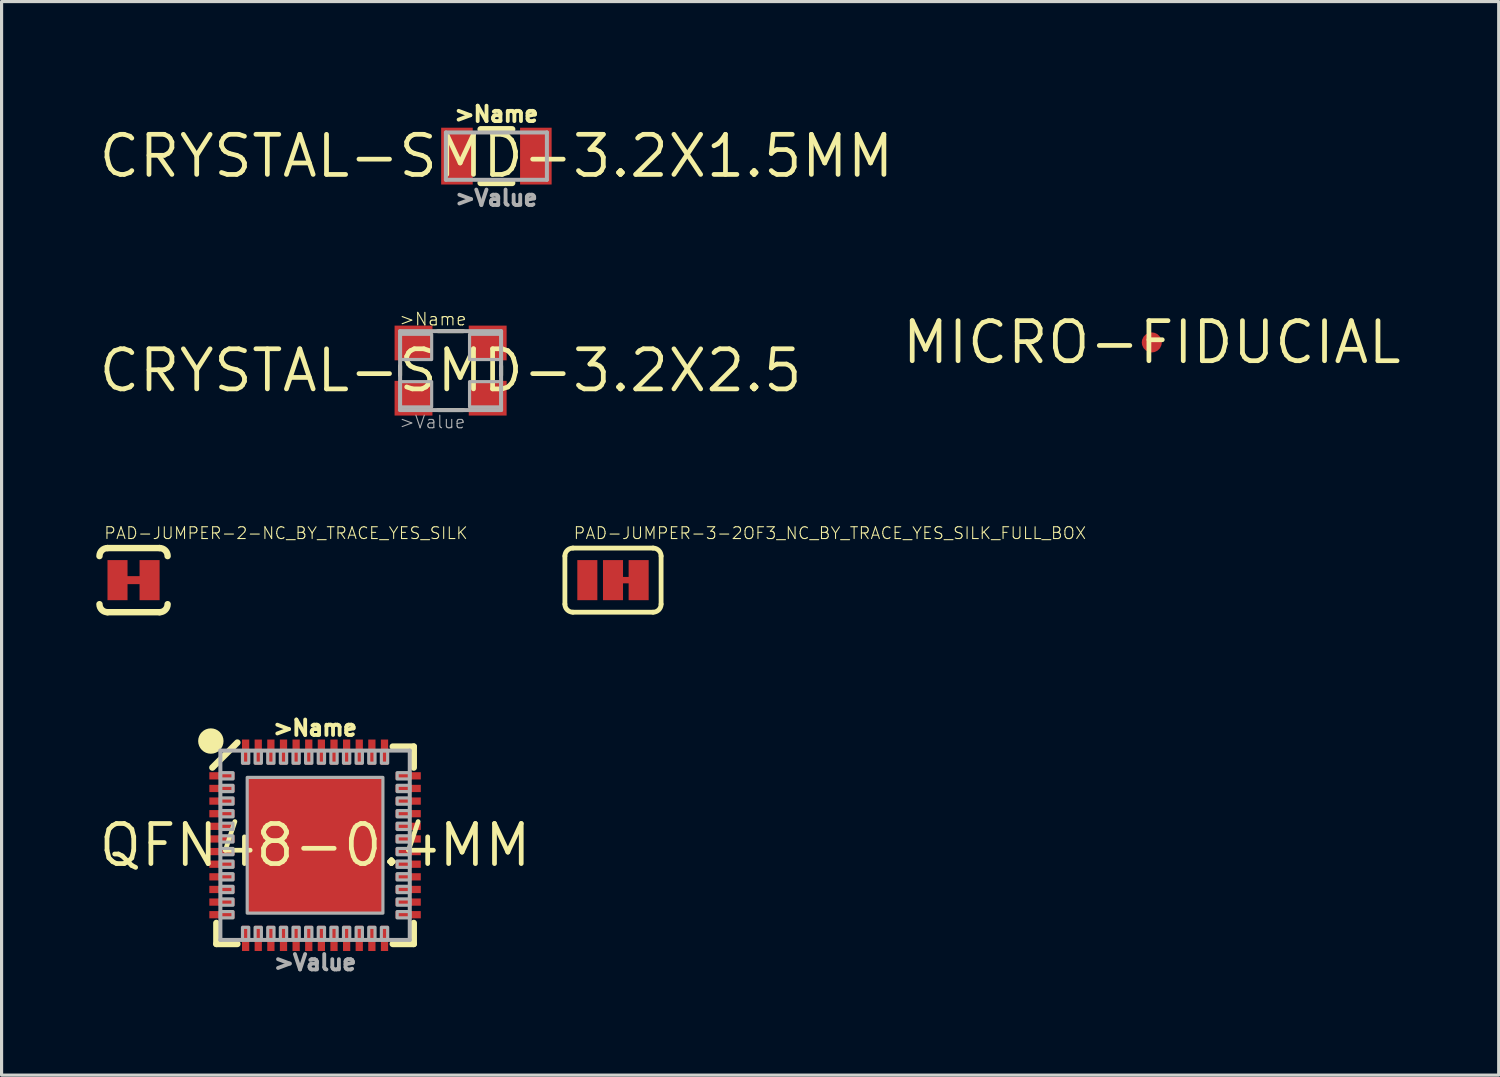
<source format=kicad_pcb>
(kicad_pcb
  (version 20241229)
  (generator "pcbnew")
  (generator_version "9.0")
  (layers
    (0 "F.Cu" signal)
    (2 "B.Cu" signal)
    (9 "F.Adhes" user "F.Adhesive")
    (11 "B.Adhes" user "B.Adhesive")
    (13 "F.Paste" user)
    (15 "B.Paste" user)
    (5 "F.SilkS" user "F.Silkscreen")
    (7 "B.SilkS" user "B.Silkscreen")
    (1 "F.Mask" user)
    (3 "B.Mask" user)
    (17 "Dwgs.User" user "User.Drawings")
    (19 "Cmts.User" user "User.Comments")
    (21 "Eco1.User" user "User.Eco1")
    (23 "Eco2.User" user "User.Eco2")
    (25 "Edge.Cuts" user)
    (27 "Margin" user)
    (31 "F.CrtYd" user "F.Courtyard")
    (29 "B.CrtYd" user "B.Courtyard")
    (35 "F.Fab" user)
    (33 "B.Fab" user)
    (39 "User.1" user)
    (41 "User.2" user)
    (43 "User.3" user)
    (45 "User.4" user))
  (footprint "CRYSTAL-SMD-3.2X1.5MM"
    (layer "F.Cu")
    (at 12.677 1.896)
    (property "Reference" "CRYSTAL-SMD-3.2X1.5MM" (at 0 0 0) (layer "F.SilkS") (effects (font (size 1.27 1.27) (thickness 0.15))))
    (fp_line (start -0.5 -0.85) (end 0.5 -0.85) (stroke (width 0.203) (type solid)) (layer "F.SilkS"))
    (fp_line (start 0.5 0.85) (end -0.5 0.85) (stroke (width 0.203) (type solid)) (layer "F.SilkS"))
    (fp_line (start -1.6 -0.75) (end 1.6 -0.75) (stroke (width 0.127) (type solid)) (layer "F.Fab"))
    (fp_line (start -1.6 0.75) (end -1.6 -0.75) (stroke (width 0.127) (type solid)) (layer "F.Fab"))
    (fp_line (start 1.6 -0.75) (end 1.6 0.75) (stroke (width 0.127) (type solid)) (layer "F.Fab"))
    (fp_line (start 1.6 0.75) (end -1.6 0.75) (stroke (width 0.127) (type solid)) (layer "F.Fab"))
    (fp_text user ">Name" (at 0 -1.043 0) (layer "F.SilkS") (effects (font (size 0.488 0.488) (thickness 0.122)) (justify bottom)))
    (fp_text user ">Value" (at 0 1.043 0) (layer "F.Fab") (effects (font (size 0.488 0.488) (thickness 0.122)) (justify top)))
    (pad "P$1" smd rect (at -1.25 0) (size 1 1.8) (layers "F.Cu" "F.Mask" "F.Paste"))
    (pad "P$2" smd rect (at 1.25 0) (size 1 1.8) (layers "F.Cu" "F.Mask" "F.Paste")))
  (footprint "PAD-JUMPER-2-NC_BY_TRACE_YES_SILK"
    (layer "F.Cu")
    (at 1.181 15.33)
    (property "Reference" "PAD-JUMPER-2-NC_BY_TRACE_YES_SILK" (at -0.953 -1.27 0) (layer "F.SilkS") (effects (font (size 0.374 0.374) (thickness 0.033)) (justify left bottom)))
    (fp_line (start -0.381 0) (end 0.381 0) (stroke (width 0.254) (type solid)) (layer "F.Cu"))
    (fp_line (start -0.826 -1.016) (end 0.826 -1.016) (stroke (width 0.203) (type solid)) (layer "F.SilkS"))
    (fp_line (start 0.826 1.016) (end -0.826 1.016) (stroke (width 0.203) (type solid)) (layer "F.SilkS"))
    (fp_arc (start -1.0795 -0.762) (mid -1.005105 -0.941605) (end -0.8255 -1.016) (stroke (width 0.2032) (type solid)) (layer "F.SilkS"))
    (fp_arc (start -0.8255 1.016) (mid -1.005105 0.941605) (end -1.0795 0.762) (stroke (width 0.2032) (type solid)) (layer "F.SilkS"))
    (fp_arc (start 0.8255 -1.016) (mid 1.005105 -0.941605) (end 1.0795 -0.762) (stroke (width 0.2032) (type solid)) (layer "F.SilkS"))
    (fp_arc (start 1.0795 0.762) (mid 1.005105 0.941605) (end 0.8255 1.016) (stroke (width 0.2032) (type solid)) (layer "F.SilkS"))
    (pad "1" smd rect (at -0.508 0) (size 0.635 1.27) (layers "F.Cu" "F.Mask"))
    (pad "2" smd rect (at 0.508 0) (size 0.635 1.27) (layers "F.Cu" "F.Mask")))
  (footprint "PAD-JUMPER-3-2OF3_NC_BY_TRACE_YES_SILK_FULL_BOX"
    (layer "F.Cu")
    (at 16.371 15.33)
    (property "Reference" "PAD-JUMPER-3-2OF3_NC_BY_TRACE_YES_SILK_FULL_BOX" (at -1.27 -1.27 0) (layer "F.SilkS") (effects (font (size 0.374 0.374) (thickness 0.033)) (justify left bottom)))
    (fp_line (start 0 0) (end 0.635 0) (stroke (width 0.203) (type solid)) (layer "F.Cu"))
    (fp_line (start -1.524 0.762) (end -1.524 -0.762) (stroke (width 0.152) (type solid)) (layer "F.SilkS"))
    (fp_line (start -1.27 -1.016) (end 1.27 -1.016) (stroke (width 0.152) (type solid)) (layer "F.SilkS"))
    (fp_line (start 1.27 1.016) (end -1.27 1.016) (stroke (width 0.152) (type solid)) (layer "F.SilkS"))
    (fp_line (start 1.524 0.762) (end 1.524 -0.762) (stroke (width 0.152) (type solid)) (layer "F.SilkS"))
    (fp_arc (start -1.524 -0.762) (mid -1.449605 -0.941605) (end -1.27 -1.016) (stroke (width 0.1524) (type solid)) (layer "F.SilkS"))
    (fp_arc (start -1.27 1.016) (mid -1.449605 0.941605) (end -1.524 0.762) (stroke (width 0.1524) (type solid)) (layer "F.SilkS"))
    (fp_arc (start 1.27 -1.016) (mid 1.449605 -0.941605) (end 1.524 -0.762) (stroke (width 0.1524) (type solid)) (layer "F.SilkS"))
    (fp_arc (start 1.524 0.762) (mid 1.449605 0.941605) (end 1.27 1.016) (stroke (width 0.1524) (type solid)) (layer "F.SilkS"))
    (pad "1" smd rect (at -0.813 0) (size 0.635 1.27) (layers "F.Cu" "F.Mask"))
    (pad "2" smd rect (at 0 0) (size 0.635 1.27) (layers "F.Cu" "F.Mask"))
    (pad "3" smd rect (at 0.813 0) (size 0.635 1.27) (layers "F.Cu" "F.Mask")))
  (footprint "QFN48-0.4MM"
    (layer "F.Cu")
    (at 6.932 23.73)
    (property "Reference" "QFN48-0.4MM" (at 0 0 0) (layer "F.SilkS") (effects (font (size 1.27 1.27) (thickness 0.15))))
    (fp_line (start -3.127 2.461) (end -3.127 3.127) (stroke (width 0.203) (type solid)) (layer "F.SilkS"))
    (fp_line (start -3.127 3.127) (end -2.461 3.127) (stroke (width 0.203) (type solid)) (layer "F.SilkS"))
    (fp_line (start -2.461 -3.254) (end -3.254 -2.461) (stroke (width 0.203) (type solid)) (layer "F.SilkS"))
    (fp_line (start 2.461 3.127) (end 3.127 3.127) (stroke (width 0.203) (type solid)) (layer "F.SilkS"))
    (fp_line (start 3.127 -3.127) (end 2.461 -3.127) (stroke (width 0.203) (type solid)) (layer "F.SilkS"))
    (fp_line (start 3.127 -2.461) (end 3.127 -3.127) (stroke (width 0.203) (type solid)) (layer "F.SilkS"))
    (fp_line (start 3.127 3.127) (end 3.127 2.461) (stroke (width 0.203) (type solid)) (layer "F.SilkS"))
    (fp_circle (center -3.302 -3.302) (end -3.101 -3.302) (stroke (width 0.402) (type solid)) (fill yes) (layer "F.SilkS"))
    (fp_poly (pts (xy -0.315 0.315) (xy -1.835 0.315) (xy -1.835 1.835) (xy -0.315 1.835)) (stroke (width 0) (type solid)) (fill yes) (layer "F.Paste"))
    (fp_poly (pts (xy -0.315 -0.315) (xy -0.315 -1.835) (xy -1.835 -1.835) (xy -1.835 -0.315)) (stroke (width 0) (type solid)) (fill yes) (layer "F.Paste"))
    (fp_poly (pts (xy 0.315 0.315) (xy 0.315 1.835) (xy 1.835 1.835) (xy 1.835 0.315)) (stroke (width 0) (type solid)) (fill yes) (layer "F.Paste"))
    (fp_poly (pts (xy 0.315 -0.315) (xy 1.835 -0.315) (xy 1.835 -1.835) (xy 0.315 -1.835)) (stroke (width 0) (type solid)) (fill yes) (layer "F.Paste"))
    (fp_line (start -3 -3) (end -3 3) (stroke (width 0.127) (type solid)) (layer "F.Fab"))
    (fp_line (start -3 3) (end 3 3) (stroke (width 0.127) (type solid)) (layer "F.Fab"))
    (fp_line (start 3 -3) (end -3 -3) (stroke (width 0.127) (type solid)) (layer "F.Fab"))
    (fp_line (start 3 3) (end 3 -3) (stroke (width 0.127) (type solid)) (layer "F.Fab"))
    (fp_poly (pts (xy -2.6 -2.1) (xy -3 -2.1) (xy -3 -2.3) (xy -2.6 -2.3)) (stroke (width 0.1) (type solid)) (fill no) (layer "F.Fab"))
    (fp_poly (pts (xy -2.6 -1.7) (xy -3 -1.7) (xy -3 -1.9) (xy -2.6 -1.9)) (stroke (width 0.1) (type solid)) (fill no) (layer "F.Fab"))
    (fp_poly (pts (xy -2.6 -1.3) (xy -3 -1.3) (xy -3 -1.5) (xy -2.6 -1.5)) (stroke (width 0.1) (type solid)) (fill no) (layer "F.Fab"))
    (fp_poly (pts (xy -2.6 -0.9) (xy -3 -0.9) (xy -3 -1.1) (xy -2.6 -1.1)) (stroke (width 0.1) (type solid)) (fill no) (layer "F.Fab"))
    (fp_poly (pts (xy -2.6 -0.5) (xy -3 -0.5) (xy -3 -0.7) (xy -2.6 -0.7)) (stroke (width 0.1) (type solid)) (fill no) (layer "F.Fab"))
    (fp_poly (pts (xy -2.6 -0.1) (xy -3 -0.1) (xy -3 -0.3) (xy -2.6 -0.3)) (stroke (width 0.1) (type solid)) (fill no) (layer "F.Fab"))
    (fp_poly (pts (xy -2.6 0.3) (xy -3 0.3) (xy -3 0.1) (xy -2.6 0.1)) (stroke (width 0.1) (type solid)) (fill no) (layer "F.Fab"))
    (fp_poly (pts (xy -2.6 0.7) (xy -3 0.7) (xy -3 0.5) (xy -2.6 0.5)) (stroke (width 0.1) (type solid)) (fill no) (layer "F.Fab"))
    (fp_poly (pts (xy -2.6 1.1) (xy -3 1.1) (xy -3 0.9) (xy -2.6 0.9)) (stroke (width 0.1) (type solid)) (fill no) (layer "F.Fab"))
    (fp_poly (pts (xy -2.6 1.5) (xy -3 1.5) (xy -3 1.3) (xy -2.6 1.3)) (stroke (width 0.1) (type solid)) (fill no) (layer "F.Fab"))
    (fp_poly (pts (xy -2.6 1.9) (xy -3 1.9) (xy -3 1.7) (xy -2.6 1.7)) (stroke (width 0.1) (type solid)) (fill no) (layer "F.Fab"))
    (fp_poly (pts (xy -2.6 2.3) (xy -3 2.3) (xy -3 2.1) (xy -2.6 2.1)) (stroke (width 0.1) (type solid)) (fill no) (layer "F.Fab"))
    (fp_poly (pts (xy -2.1 -2.6) (xy -2.3 -2.6) (xy -2.3 -3) (xy -2.1 -3)) (stroke (width 0.1) (type solid)) (fill no) (layer "F.Fab"))
    (fp_poly (pts (xy -2.1 3) (xy -2.3 3) (xy -2.3 2.6) (xy -2.1 2.6)) (stroke (width 0.1) (type solid)) (fill no) (layer "F.Fab"))
    (fp_poly (pts (xy -1.7 -2.6) (xy -1.9 -2.6) (xy -1.9 -3) (xy -1.7 -3)) (stroke (width 0.1) (type solid)) (fill no) (layer "F.Fab"))
    (fp_poly (pts (xy -1.7 3) (xy -1.9 3) (xy -1.9 2.6) (xy -1.7 2.6)) (stroke (width 0.1) (type solid)) (fill no) (layer "F.Fab"))
    (fp_poly (pts (xy -1.3 -2.6) (xy -1.5 -2.6) (xy -1.5 -3) (xy -1.3 -3)) (stroke (width 0.1) (type solid)) (fill no) (layer "F.Fab"))
    (fp_poly (pts (xy -1.3 3) (xy -1.5 3) (xy -1.5 2.6) (xy -1.3 2.6)) (stroke (width 0.1) (type solid)) (fill no) (layer "F.Fab"))
    (fp_poly (pts (xy -0.9 -2.6) (xy -1.1 -2.6) (xy -1.1 -3) (xy -0.9 -3)) (stroke (width 0.1) (type solid)) (fill no) (layer "F.Fab"))
    (fp_poly (pts (xy -0.9 3) (xy -1.1 3) (xy -1.1 2.6) (xy -0.9 2.6)) (stroke (width 0.1) (type solid)) (fill no) (layer "F.Fab"))
    (fp_poly (pts (xy -0.5 -2.6) (xy -0.7 -2.6) (xy -0.7 -3) (xy -0.5 -3)) (stroke (width 0.1) (type solid)) (fill no) (layer "F.Fab"))
    (fp_poly (pts (xy -0.5 3) (xy -0.7 3) (xy -0.7 2.6) (xy -0.5 2.6)) (stroke (width 0.1) (type solid)) (fill no) (layer "F.Fab"))
    (fp_poly (pts (xy -0.1 -2.6) (xy -0.3 -2.6) (xy -0.3 -3) (xy -0.1 -3)) (stroke (width 0.1) (type solid)) (fill no) (layer "F.Fab"))
    (fp_poly (pts (xy -0.1 3) (xy -0.3 3) (xy -0.3 2.6) (xy -0.1 2.6)) (stroke (width 0.1) (type solid)) (fill no) (layer "F.Fab"))
    (fp_poly (pts (xy 0.3 -2.6) (xy 0.1 -2.6) (xy 0.1 -3) (xy 0.3 -3)) (stroke (width 0.1) (type solid)) (fill no) (layer "F.Fab"))
    (fp_poly (pts (xy 0.3 3) (xy 0.1 3) (xy 0.1 2.6) (xy 0.3 2.6)) (stroke (width 0.1) (type solid)) (fill no) (layer "F.Fab"))
    (fp_poly (pts (xy 0.7 -2.6) (xy 0.5 -2.6) (xy 0.5 -3) (xy 0.7 -3)) (stroke (width 0.1) (type solid)) (fill no) (layer "F.Fab"))
    (fp_poly (pts (xy 0.7 3) (xy 0.5 3) (xy 0.5 2.6) (xy 0.7 2.6)) (stroke (width 0.1) (type solid)) (fill no) (layer "F.Fab"))
    (fp_poly (pts (xy 1.1 -2.6) (xy 0.9 -2.6) (xy 0.9 -3) (xy 1.1 -3)) (stroke (width 0.1) (type solid)) (fill no) (layer "F.Fab"))
    (fp_poly (pts (xy 1.1 3) (xy 0.9 3) (xy 0.9 2.6) (xy 1.1 2.6)) (stroke (width 0.1) (type solid)) (fill no) (layer "F.Fab"))
    (fp_poly (pts (xy 1.5 -2.6) (xy 1.3 -2.6) (xy 1.3 -3) (xy 1.5 -3)) (stroke (width 0.1) (type solid)) (fill no) (layer "F.Fab"))
    (fp_poly (pts (xy 1.5 3) (xy 1.3 3) (xy 1.3 2.6) (xy 1.5 2.6)) (stroke (width 0.1) (type solid)) (fill no) (layer "F.Fab"))
    (fp_poly (pts (xy 1.9 -2.6) (xy 1.7 -2.6) (xy 1.7 -3) (xy 1.9 -3)) (stroke (width 0.1) (type solid)) (fill no) (layer "F.Fab"))
    (fp_poly (pts (xy 1.9 3) (xy 1.7 3) (xy 1.7 2.6) (xy 1.9 2.6)) (stroke (width 0.1) (type solid)) (fill no) (layer "F.Fab"))
    (fp_poly (pts (xy 2.15 2.15) (xy -2.15 2.15) (xy -2.15 -2.15) (xy 2.15 -2.15)) (stroke (width 0.1) (type solid)) (fill no) (layer "F.Fab"))
    (fp_poly (pts (xy 2.3 -2.6) (xy 2.1 -2.6) (xy 2.1 -3) (xy 2.3 -3)) (stroke (width 0.1) (type solid)) (fill no) (layer "F.Fab"))
    (fp_poly (pts (xy 2.3 3) (xy 2.1 3) (xy 2.1 2.6) (xy 2.3 2.6)) (stroke (width 0.1) (type solid)) (fill no) (layer "F.Fab"))
    (fp_poly (pts (xy 3 -2.1) (xy 2.6 -2.1) (xy 2.6 -2.3) (xy 3 -2.3)) (stroke (width 0.1) (type solid)) (fill no) (layer "F.Fab"))
    (fp_poly (pts (xy 3 -1.7) (xy 2.6 -1.7) (xy 2.6 -1.9) (xy 3 -1.9)) (stroke (width 0.1) (type solid)) (fill no) (layer "F.Fab"))
    (fp_poly (pts (xy 3 -1.3) (xy 2.6 -1.3) (xy 2.6 -1.5) (xy 3 -1.5)) (stroke (width 0.1) (type solid)) (fill no) (layer "F.Fab"))
    (fp_poly (pts (xy 3 -0.9) (xy 2.6 -0.9) (xy 2.6 -1.1) (xy 3 -1.1)) (stroke (width 0.1) (type solid)) (fill no) (layer "F.Fab"))
    (fp_poly (pts (xy 3 -0.5) (xy 2.6 -0.5) (xy 2.6 -0.7) (xy 3 -0.7)) (stroke (width 0.1) (type solid)) (fill no) (layer "F.Fab"))
    (fp_poly (pts (xy 3 -0.1) (xy 2.6 -0.1) (xy 2.6 -0.3) (xy 3 -0.3)) (stroke (width 0.1) (type solid)) (fill no) (layer "F.Fab"))
    (fp_poly (pts (xy 3 0.3) (xy 2.6 0.3) (xy 2.6 0.1) (xy 3 0.1)) (stroke (width 0.1) (type solid)) (fill no) (layer "F.Fab"))
    (fp_poly (pts (xy 3 0.7) (xy 2.6 0.7) (xy 2.6 0.5) (xy 3 0.5)) (stroke (width 0.1) (type solid)) (fill no) (layer "F.Fab"))
    (fp_poly (pts (xy 3 1.1) (xy 2.6 1.1) (xy 2.6 0.9) (xy 3 0.9)) (stroke (width 0.1) (type solid)) (fill no) (layer "F.Fab"))
    (fp_poly (pts (xy 3 1.5) (xy 2.6 1.5) (xy 2.6 1.3) (xy 3 1.3)) (stroke (width 0.1) (type solid)) (fill no) (layer "F.Fab"))
    (fp_poly (pts (xy 3 1.9) (xy 2.6 1.9) (xy 2.6 1.7) (xy 3 1.7)) (stroke (width 0.1) (type solid)) (fill no) (layer "F.Fab"))
    (fp_poly (pts (xy 3 2.3) (xy 2.6 2.3) (xy 2.6 2.1) (xy 3 2.1)) (stroke (width 0.1) (type solid)) (fill no) (layer "F.Fab"))
    (fp_text user ">Name" (at 0 -3.429 0) (layer "F.SilkS") (effects (font (size 0.488 0.488) (thickness 0.122)) (justify bottom)))
    (fp_text user ">Value" (at 0 3.429 0) (layer "F.Fab") (effects (font (size 0.488 0.488) (thickness 0.122)) (justify top)))
    (pad "1" smd rect (at -2.95 -2.2 270) (size 0.23 0.8) (layers "F.Cu" "F.Mask" "F.Paste"))
    (pad "2" smd rect (at -2.95 -1.8 270) (size 0.23 0.8) (layers "F.Cu" "F.Mask" "F.Paste"))
    (pad "3" smd rect (at -2.95 -1.4 270) (size 0.23 0.8) (layers "F.Cu" "F.Mask" "F.Paste"))
    (pad "4" smd rect (at -2.95 -1 270) (size 0.23 0.8) (layers "F.Cu" "F.Mask" "F.Paste"))
    (pad "5" smd rect (at -2.95 -0.6 270) (size 0.23 0.8) (layers "F.Cu" "F.Mask" "F.Paste"))
    (pad "6" smd rect (at -2.95 -0.2 270) (size 0.23 0.8) (layers "F.Cu" "F.Mask" "F.Paste"))
    (pad "7" smd rect (at -2.95 0.2 270) (size 0.23 0.8) (layers "F.Cu" "F.Mask" "F.Paste"))
    (pad "8" smd rect (at -2.95 0.6 270) (size 0.23 0.8) (layers "F.Cu" "F.Mask" "F.Paste"))
    (pad "9" smd rect (at -2.95 1 270) (size 0.23 0.8) (layers "F.Cu" "F.Mask" "F.Paste"))
    (pad "10" smd rect (at -2.95 1.4 270) (size 0.23 0.8) (layers "F.Cu" "F.Mask" "F.Paste"))
    (pad "11" smd rect (at -2.95 1.8 270) (size 0.23 0.8) (layers "F.Cu" "F.Mask" "F.Paste"))
    (pad "12" smd rect (at -2.95 2.2 270) (size 0.23 0.8) (layers "F.Cu" "F.Mask" "F.Paste"))
    (pad "13" smd rect (at -2.2 2.95) (size 0.23 0.8) (layers "F.Cu" "F.Mask" "F.Paste"))
    (pad "14" smd rect (at -1.8 2.95) (size 0.23 0.8) (layers "F.Cu" "F.Mask" "F.Paste"))
    (pad "15" smd rect (at -1.4 2.95) (size 0.23 0.8) (layers "F.Cu" "F.Mask" "F.Paste"))
    (pad "16" smd rect (at -1 2.95) (size 0.23 0.8) (layers "F.Cu" "F.Mask" "F.Paste"))
    (pad "17" smd rect (at -0.6 2.95) (size 0.23 0.8) (layers "F.Cu" "F.Mask" "F.Paste"))
    (pad "18" smd rect (at -0.2 2.95) (size 0.23 0.8) (layers "F.Cu" "F.Mask" "F.Paste"))
    (pad "19" smd rect (at 0.2 2.95) (size 0.23 0.8) (layers "F.Cu" "F.Mask" "F.Paste"))
    (pad "20" smd rect (at 0.6 2.95) (size 0.23 0.8) (layers "F.Cu" "F.Mask" "F.Paste"))
    (pad "21" smd rect (at 1 2.95) (size 0.23 0.8) (layers "F.Cu" "F.Mask" "F.Paste"))
    (pad "22" smd rect (at 1.4 2.95) (size 0.23 0.8) (layers "F.Cu" "F.Mask" "F.Paste"))
    (pad "23" smd rect (at 1.8 2.95) (size 0.23 0.8) (layers "F.Cu" "F.Mask" "F.Paste"))
    (pad "24" smd rect (at 2.2 2.95) (size 0.23 0.8) (layers "F.Cu" "F.Mask" "F.Paste"))
    (pad "25" smd rect (at 2.95 2.2 90) (size 0.23 0.8) (layers "F.Cu" "F.Mask" "F.Paste"))
    (pad "26" smd rect (at 2.95 1.8 90) (size 0.23 0.8) (layers "F.Cu" "F.Mask" "F.Paste"))
    (pad "27" smd rect (at 2.95 1.4 90) (size 0.23 0.8) (layers "F.Cu" "F.Mask" "F.Paste"))
    (pad "28" smd rect (at 2.95 1 90) (size 0.23 0.8) (layers "F.Cu" "F.Mask" "F.Paste"))
    (pad "29" smd rect (at 2.95 0.6 90) (size 0.23 0.8) (layers "F.Cu" "F.Mask" "F.Paste"))
    (pad "30" smd rect (at 2.95 0.2 90) (size 0.23 0.8) (layers "F.Cu" "F.Mask" "F.Paste"))
    (pad "31" smd rect (at 2.95 -0.2 90) (size 0.23 0.8) (layers "F.Cu" "F.Mask" "F.Paste"))
    (pad "32" smd rect (at 2.95 -0.6 90) (size 0.23 0.8) (layers "F.Cu" "F.Mask" "F.Paste"))
    (pad "33" smd rect (at 2.95 -1 90) (size 0.23 0.8) (layers "F.Cu" "F.Mask" "F.Paste"))
    (pad "34" smd rect (at 2.95 -1.4 90) (size 0.23 0.8) (layers "F.Cu" "F.Mask" "F.Paste"))
    (pad "35" smd rect (at 2.95 -1.8 90) (size 0.23 0.8) (layers "F.Cu" "F.Mask" "F.Paste"))
    (pad "36" smd rect (at 2.95 -2.2 90) (size 0.23 0.8) (layers "F.Cu" "F.Mask" "F.Paste"))
    (pad "37" smd rect (at 2.2 -2.95 180) (size 0.23 0.8) (layers "F.Cu" "F.Mask" "F.Paste"))
    (pad "38" smd rect (at 1.8 -2.95 180) (size 0.23 0.8) (layers "F.Cu" "F.Mask" "F.Paste"))
    (pad "39" smd rect (at 1.4 -2.95 180) (size 0.23 0.8) (layers "F.Cu" "F.Mask" "F.Paste"))
    (pad "40" smd rect (at 1 -2.95 180) (size 0.23 0.8) (layers "F.Cu" "F.Mask" "F.Paste"))
    (pad "41" smd rect (at 0.6 -2.95 180) (size 0.23 0.8) (layers "F.Cu" "F.Mask" "F.Paste"))
    (pad "42" smd rect (at 0.2 -2.95 180) (size 0.23 0.8) (layers "F.Cu" "F.Mask" "F.Paste"))
    (pad "43" smd rect (at -0.2 -2.95 180) (size 0.23 0.8) (layers "F.Cu" "F.Mask" "F.Paste"))
    (pad "44" smd rect (at -0.6 -2.95 180) (size 0.23 0.8) (layers "F.Cu" "F.Mask" "F.Paste"))
    (pad "45" smd rect (at -1 -2.95 180) (size 0.23 0.8) (layers "F.Cu" "F.Mask" "F.Paste"))
    (pad "46" smd rect (at -1.4 -2.95 180) (size 0.23 0.8) (layers "F.Cu" "F.Mask" "F.Paste"))
    (pad "47" smd rect (at -1.8 -2.95 180) (size 0.23 0.8) (layers "F.Cu" "F.Mask" "F.Paste"))
    (pad "48" smd rect (at -2.2 -2.95 180) (size 0.23 0.8) (layers "F.Cu" "F.Mask" "F.Paste"))
    (pad "EP" smd rect (at 0 0) (size 4.3 4.3) (layers "F.Cu" "F.Mask")))
  (footprint "MICRO-FIDUCIAL"
    (layer "F.Cu")
    (at 33.441 7.799)
    (property "Reference" "MICRO-FIDUCIAL" (at 0 0 0) (layer "F.SilkS") (effects (font (size 1.27 1.27) (thickness 0.15))))
    (pad "1" smd roundrect (at 0 0) (size 0.635 0.635) (layers "F.Cu" "F.Mask") (roundrect_rratio 0.5)))
  (footprint "CRYSTAL-SMD-3.2X2.5"
    (layer "F.Cu")
    (at 11.226 8.691)
    (property "Reference" "CRYSTAL-SMD-3.2X2.5" (at 0 0 0) (layer "F.SilkS") (effects (font (size 1.27 1.27) (thickness 0.15))))
    (fp_line (start -1.6 0.15) (end -1.6 -0.15) (stroke (width 0.127) (type solid)) (layer "F.SilkS"))
    (fp_line (start -0.4 -1.25) (end 0.4 -1.25) (stroke (width 0.127) (type solid)) (layer "F.SilkS"))
    (fp_line (start 0.4 1.25) (end -0.4 1.25) (stroke (width 0.127) (type solid)) (layer "F.SilkS"))
    (fp_line (start 1.6 -0.15) (end 1.6 0.15) (stroke (width 0.127) (type solid)) (layer "F.SilkS"))
    (fp_line (start -1.6 -1.25) (end 1.6 -1.25) (stroke (width 0.127) (type solid)) (layer "F.Fab"))
    (fp_line (start -1.6 1.25) (end -1.6 -1.25) (stroke (width 0.127) (type solid)) (layer "F.Fab"))
    (fp_line (start 1.6 -1.25) (end 1.6 1.25) (stroke (width 0.127) (type solid)) (layer "F.Fab"))
    (fp_line (start 1.6 1.25) (end -1.6 1.25) (stroke (width 0.127) (type solid)) (layer "F.Fab"))
    (fp_poly (pts (xy -1.6 -0.35) (xy -0.6 -0.35) (xy -0.6 -1.15) (xy -1.6 -1.15)) (stroke (width 0.1) (type solid)) (fill no) (layer "F.Fab"))
    (fp_poly (pts (xy -1.6 1.15) (xy -0.6 1.15) (xy -0.6 0.35) (xy -1.6 0.35)) (stroke (width 0.1) (type solid)) (fill no) (layer "F.Fab"))
    (fp_poly (pts (xy 1.6 -1.15) (xy 0.6 -1.15) (xy 0.6 -0.35) (xy 1.6 -0.35)) (stroke (width 0.1) (type solid)) (fill no) (layer "F.Fab"))
    (fp_poly (pts (xy 1.6 0.35) (xy 0.6 0.35) (xy 0.6 1.15) (xy 1.6 1.15)) (stroke (width 0.1) (type solid)) (fill no) (layer "F.Fab"))
    (fp_text user ">Name" (at -1.651 -1.397 0) (layer "F.SilkS") (effects (font (size 0.397 0.397) (thickness 0.035)) (justify left bottom)))
    (fp_text user ">Value" (at -1.651 1.397 0) (layer "F.Fab") (effects (font (size 0.397 0.397) (thickness 0.035)) (justify left top)))
    (pad "1" smd rect (at -1.175 0.875 180) (size 1.2 1.1) (layers "F.Cu" "F.Mask" "F.Paste"))
    (pad "2" smd rect (at 1.175 0.875) (size 1.2 1.1) (layers "F.Cu" "F.Mask" "F.Paste"))
    (pad "3" smd rect (at 1.175 -0.875) (size 1.2 1.1) (layers "F.Cu" "F.Mask" "F.Paste"))
    (pad "4" smd rect (at -1.175 -0.875 180) (size 1.2 1.1) (layers "F.Cu" "F.Mask" "F.Paste")))
  (gr_rect
    (start -3 -3)
    (end 44.432 31.013)
    (stroke (width 0.1) (type default))
    (fill no)
    (layer "Edge.Cuts")))
</source>
